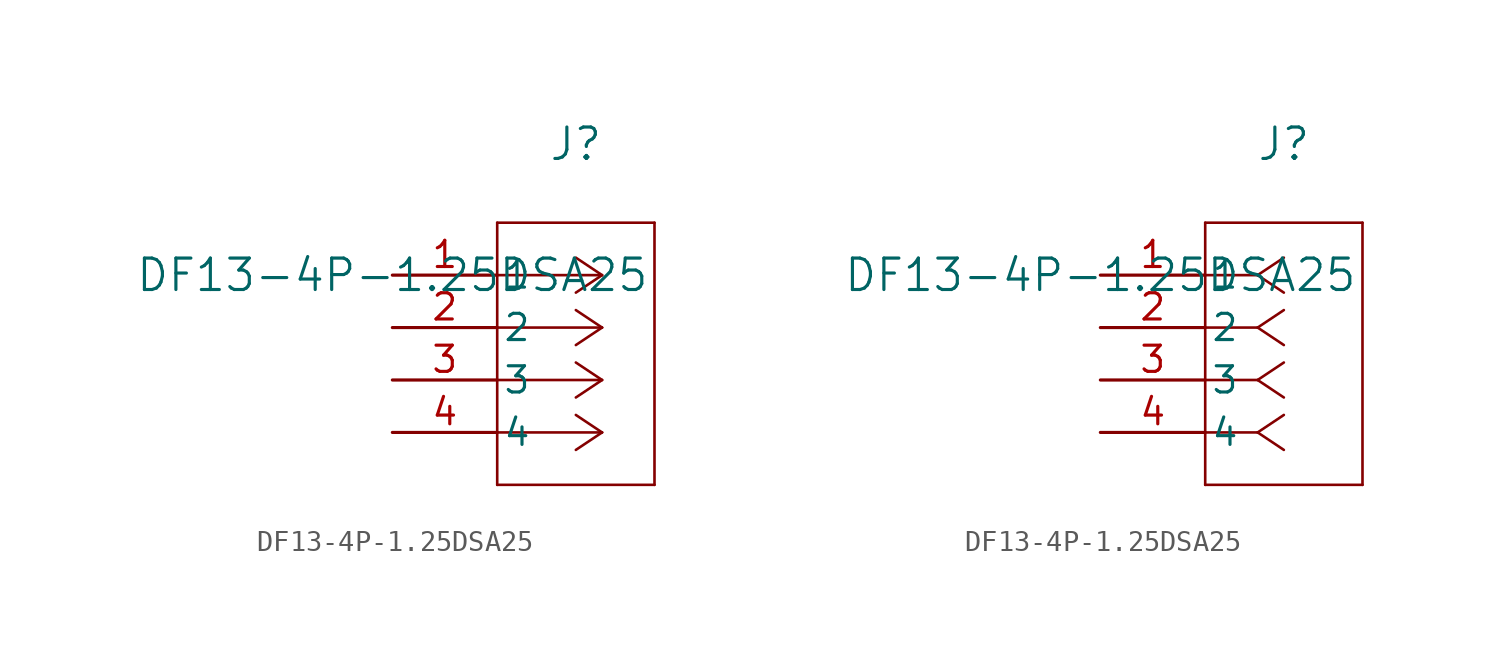
<source format=kicad_sym>
(kicad_symbol_lib
  (version 20211014)
  (generator kicad_symbol_editor)
  (symbol "DF13-4P-1.25DSA25"
    (pin_names
      (offset 0.254))
    (property "Reference" "J"
      (at 8.89 6.35 0)
      (effects (font (size 1.524 1.524))))
    (property "Value" "DF13-4P-1.25DSA25"
      (at 0 0 0)
      (effects (font (size 1.524 1.524))))
    (symbol "DF13-4P-1.25DSA25_1_1"
      (polyline (pts (xy 10.16 0) (xy 5.08 0)) (stroke (width 0.127) (type default) (color 0 0 0 0)) (fill (type none)))
      (polyline (pts (xy 10.16 -2.54) (xy 5.08 -2.54)) (stroke (width 0.127) (type default) (color 0 0 0 0)) (fill (type none)))
      (polyline (pts (xy 10.16 -5.08) (xy 5.08 -5.08)) (stroke (width 0.127) (type default) (color 0 0 0 0)) (fill (type none)))
      (polyline (pts (xy 10.16 -7.62) (xy 5.08 -7.62)) (stroke (width 0.127) (type default) (color 0 0 0 0)) (fill (type none)))
      (polyline (pts (xy 10.16 0) (xy 8.89 0.847)) (stroke (width 0.127) (type default) (color 0 0 0 0)) (fill (type none)))
      (polyline (pts (xy 10.16 -2.54) (xy 8.89 -1.693)) (stroke (width 0.127) (type default) (color 0 0 0 0)) (fill (type none)))
      (polyline (pts (xy 10.16 -5.08) (xy 8.89 -4.233)) (stroke (width 0.127) (type default) (color 0 0 0 0)) (fill (type none)))
      (polyline (pts (xy 10.16 -7.62) (xy 8.89 -6.773)) (stroke (width 0.127) (type default) (color 0 0 0 0)) (fill (type none)))
      (polyline (pts (xy 10.16 0) (xy 8.89 -0.847)) (stroke (width 0.127) (type default) (color 0 0 0 0)) (fill (type none)))
      (polyline (pts (xy 10.16 -2.54) (xy 8.89 -3.387)) (stroke (width 0.127) (type default) (color 0 0 0 0)) (fill (type none)))
      (polyline (pts (xy 10.16 -5.08) (xy 8.89 -5.927)) (stroke (width 0.127) (type default) (color 0 0 0 0)) (fill (type none)))
      (polyline (pts (xy 10.16 -7.62) (xy 8.89 -8.467)) (stroke (width 0.127) (type default) (color 0 0 0 0)) (fill (type none)))
      (polyline (pts (xy 5.08 2.54) (xy 5.08 -10.16)) (stroke (width 0.127) (type default) (color 0 0 0 0)) (fill (type none)))
      (polyline (pts (xy 5.08 -10.16) (xy 12.7 -10.16)) (stroke (width 0.127) (type default) (color 0 0 0 0)) (fill (type none)))
      (polyline (pts (xy 12.7 -10.16) (xy 12.7 2.54)) (stroke (width 0.127) (type default) (color 0 0 0 0)) (fill (type none)))
      (polyline (pts (xy 12.7 2.54) (xy 5.08 2.54)) (stroke (width 0.127) (type default) (color 0 0 0 0)) (fill (type none)))
      (pin unspecified line (at 0 0 0) (length 5.08) (name "1" (effects (font (size 1.27 1.27)))) (number "1" (effects (font (size 1.27 1.27)))))
      (pin unspecified line (at 0 -2.54 0) (length 5.08) (name "2" (effects (font (size 1.27 1.27)))) (number "2" (effects (font (size 1.27 1.27)))))
      (pin unspecified line (at 0 -5.08 0) (length 5.08) (name "3" (effects (font (size 1.27 1.27)))) (number "3" (effects (font (size 1.27 1.27)))))
      (pin unspecified line (at 0 -7.62 0) (length 5.08) (name "4" (effects (font (size 1.27 1.27)))) (number "4" (effects (font (size 1.27 1.27))))))
    (symbol "DF13-4P-1.25DSA25_1_2"
      (polyline (pts (xy 7.62 0) (xy 5.08 0)) (stroke (width 0.127) (type default) (color 0 0 0 0)) (fill (type none)))
      (polyline (pts (xy 7.62 -2.54) (xy 5.08 -2.54)) (stroke (width 0.127) (type default) (color 0 0 0 0)) (fill (type none)))
      (polyline (pts (xy 7.62 -5.08) (xy 5.08 -5.08)) (stroke (width 0.127) (type default) (color 0 0 0 0)) (fill (type none)))
      (polyline (pts (xy 7.62 -7.62) (xy 5.08 -7.62)) (stroke (width 0.127) (type default) (color 0 0 0 0)) (fill (type none)))
      (polyline (pts (xy 7.62 0) (xy 8.89 0.847)) (stroke (width 0.127) (type default) (color 0 0 0 0)) (fill (type none)))
      (polyline (pts (xy 7.62 -2.54) (xy 8.89 -1.693)) (stroke (width 0.127) (type default) (color 0 0 0 0)) (fill (type none)))
      (polyline (pts (xy 7.62 -5.08) (xy 8.89 -4.233)) (stroke (width 0.127) (type default) (color 0 0 0 0)) (fill (type none)))
      (polyline (pts (xy 7.62 -7.62) (xy 8.89 -6.773)) (stroke (width 0.127) (type default) (color 0 0 0 0)) (fill (type none)))
      (polyline (pts (xy 7.62 0) (xy 8.89 -0.847)) (stroke (width 0.127) (type default) (color 0 0 0 0)) (fill (type none)))
      (polyline (pts (xy 7.62 -2.54) (xy 8.89 -3.387)) (stroke (width 0.127) (type default) (color 0 0 0 0)) (fill (type none)))
      (polyline (pts (xy 7.62 -5.08) (xy 8.89 -5.927)) (stroke (width 0.127) (type default) (color 0 0 0 0)) (fill (type none)))
      (polyline (pts (xy 7.62 -7.62) (xy 8.89 -8.467)) (stroke (width 0.127) (type default) (color 0 0 0 0)) (fill (type none)))
      (polyline (pts (xy 5.08 2.54) (xy 5.08 -10.16)) (stroke (width 0.127) (type default) (color 0 0 0 0)) (fill (type none)))
      (polyline (pts (xy 5.08 -10.16) (xy 12.7 -10.16)) (stroke (width 0.127) (type default) (color 0 0 0 0)) (fill (type none)))
      (polyline (pts (xy 12.7 -10.16) (xy 12.7 2.54)) (stroke (width 0.127) (type default) (color 0 0 0 0)) (fill (type none)))
      (polyline (pts (xy 12.7 2.54) (xy 5.08 2.54)) (stroke (width 0.127) (type default) (color 0 0 0 0)) (fill (type none)))
      (pin unspecified line (at 0 0 0) (length 5.08) (name "1" (effects (font (size 1.27 1.27)))) (number "1" (effects (font (size 1.27 1.27)))))
      (pin unspecified line (at 0 -2.54 0) (length 5.08) (name "2" (effects (font (size 1.27 1.27)))) (number "2" (effects (font (size 1.27 1.27)))))
      (pin unspecified line (at 0 -5.08 0) (length 5.08) (name "3" (effects (font (size 1.27 1.27)))) (number "3" (effects (font (size 1.27 1.27)))))
      (pin unspecified line (at 0 -7.62 0) (length 5.08) (name "4" (effects (font (size 1.27 1.27)))) (number "4" (effects (font (size 1.27 1.27))))))))
</source>
